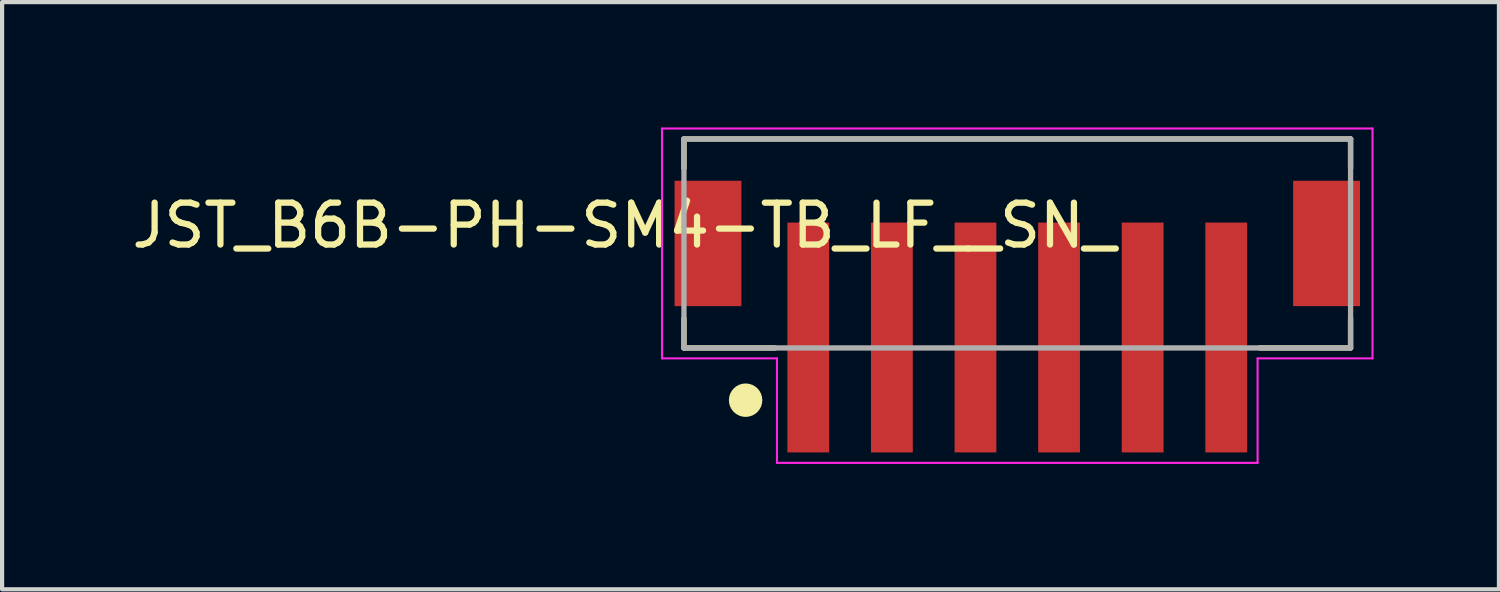
<source format=kicad_pcb>
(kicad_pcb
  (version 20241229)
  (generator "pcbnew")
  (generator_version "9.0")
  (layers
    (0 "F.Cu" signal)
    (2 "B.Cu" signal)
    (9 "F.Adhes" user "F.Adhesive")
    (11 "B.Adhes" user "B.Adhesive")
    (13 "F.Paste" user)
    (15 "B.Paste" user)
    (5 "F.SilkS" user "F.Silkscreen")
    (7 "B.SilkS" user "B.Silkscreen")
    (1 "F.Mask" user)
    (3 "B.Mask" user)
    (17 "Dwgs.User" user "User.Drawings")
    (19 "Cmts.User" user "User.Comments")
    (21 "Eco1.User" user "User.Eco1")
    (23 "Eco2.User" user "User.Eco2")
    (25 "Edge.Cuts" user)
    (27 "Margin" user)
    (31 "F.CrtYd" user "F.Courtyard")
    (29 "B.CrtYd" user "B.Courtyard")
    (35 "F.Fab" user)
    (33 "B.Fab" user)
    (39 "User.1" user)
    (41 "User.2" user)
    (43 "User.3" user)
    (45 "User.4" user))
  (footprint "JST_B6B-PH-SM4-TB_LF__SN_"
    (layer "F.Cu")
    (at 21.29 5.025)
    (property "Reference" "JST_B6B-PH-SM4-TB_LF__SN_" (at -9.404 -2.68 180) (layer "F.SilkS") (effects (font (size 1.002 1.002) (thickness 0.15))))
    (attr smd)
    (fp_line (start -7.975 -4.75) (end 7.975 -4.75) (stroke (width 0.127) (type solid)) (layer "F.SilkS"))
    (fp_line (start -7.975 -4.05) (end -7.975 -4.75) (stroke (width 0.127) (type solid)) (layer "F.SilkS"))
    (fp_line (start -7.975 -0.45) (end -7.975 0.25) (stroke (width 0.127) (type solid)) (layer "F.SilkS"))
    (fp_line (start -7.975 0.25) (end -5.8 0.25) (stroke (width 0.127) (type solid)) (layer "F.SilkS"))
    (fp_line (start 7.975 -4.75) (end 7.975 -4.05) (stroke (width 0.127) (type solid)) (layer "F.SilkS"))
    (fp_line (start 7.975 0.25) (end 5.8 0.25) (stroke (width 0.127) (type solid)) (layer "F.SilkS"))
    (fp_line (start 7.975 0.25) (end 7.975 -0.45) (stroke (width 0.127) (type solid)) (layer "F.SilkS"))
    (fp_circle (center -6.5 1.5) (end -6.3 1.5) (stroke (width 0.4) (type solid)) (fill no) (layer "F.SilkS"))
    (fp_line (start -8.5 -5) (end 8.5 -5) (stroke (width 0.05) (type solid)) (layer "F.CrtYd"))
    (fp_line (start -8.5 0.5) (end -8.5 -5) (stroke (width 0.05) (type solid)) (layer "F.CrtYd"))
    (fp_line (start -5.75 0.5) (end -8.5 0.5) (stroke (width 0.05) (type solid)) (layer "F.CrtYd"))
    (fp_line (start -5.75 3) (end -5.75 0.5) (stroke (width 0.05) (type solid)) (layer "F.CrtYd"))
    (fp_line (start 5.75 0.5) (end 5.75 3) (stroke (width 0.05) (type solid)) (layer "F.CrtYd"))
    (fp_line (start 5.75 3) (end -5.75 3) (stroke (width 0.05) (type solid)) (layer "F.CrtYd"))
    (fp_line (start 8.5 -5) (end 8.5 0.5) (stroke (width 0.05) (type solid)) (layer "F.CrtYd"))
    (fp_line (start 8.5 0.5) (end 5.75 0.5) (stroke (width 0.05) (type solid)) (layer "F.CrtYd"))
    (fp_line (start -7.975 -4.75) (end 7.975 -4.75) (stroke (width 0.127) (type solid)) (layer "F.Fab"))
    (fp_line (start -7.975 0.25) (end -7.975 -4.75) (stroke (width 0.127) (type solid)) (layer "F.Fab"))
    (fp_line (start 7.975 -4.75) (end 7.975 0.25) (stroke (width 0.127) (type solid)) (layer "F.Fab"))
    (fp_line (start 7.975 0.25) (end -7.975 0.25) (stroke (width 0.127) (type solid)) (layer "F.Fab"))
    (pad "1" smd rect (at -5 0) (size 1 5.5) (layers "F.Cu" "F.Mask" "F.Paste"))
    (pad "2" smd rect (at -3 0) (size 1 5.5) (layers "F.Cu" "F.Mask" "F.Paste"))
    (pad "3" smd rect (at -1 0) (size 1 5.5) (layers "F.Cu" "F.Mask" "F.Paste"))
    (pad "4" smd rect (at 1 0) (size 1 5.5) (layers "F.Cu" "F.Mask" "F.Paste"))
    (pad "5" smd rect (at 3 0) (size 1 5.5) (layers "F.Cu" "F.Mask" "F.Paste"))
    (pad "6" smd rect (at 5 0) (size 1 5.5) (layers "F.Cu" "F.Mask" "F.Paste"))
    (pad "P1" smd rect (at -7.4 -2.25) (size 1.6 3) (layers "F.Cu" "F.Mask" "F.Paste"))
    (pad "P2" smd rect (at 7.4 -2.25) (size 1.6 3) (layers "F.Cu" "F.Mask" "F.Paste")))
  (gr_rect
    (start -3 -3)
    (end 32.815 11.05)
    (stroke (width 0.1) (type default))
    (fill no)
    (layer "Edge.Cuts")))
</source>
